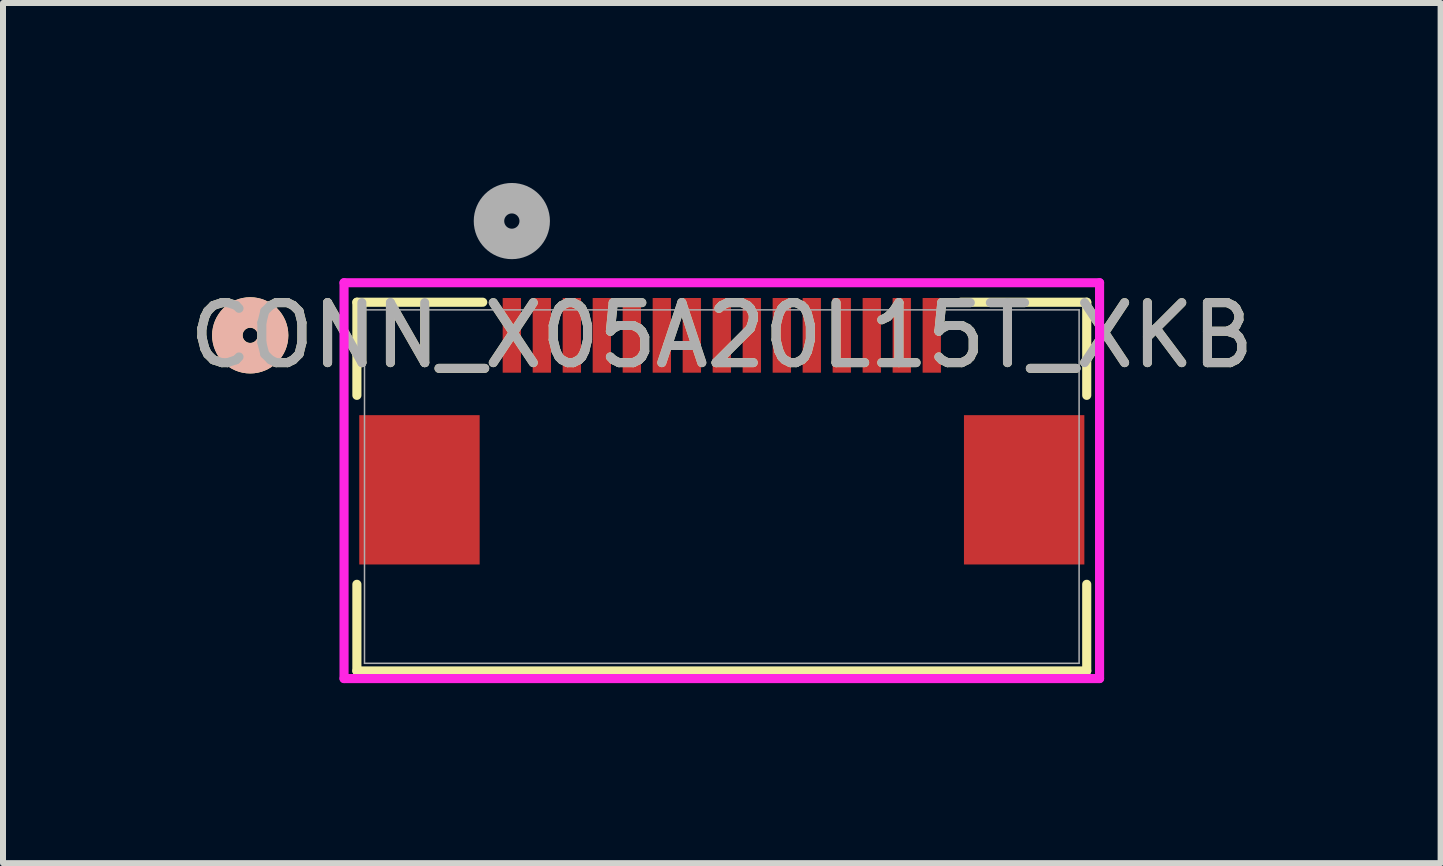
<source format=kicad_pcb>
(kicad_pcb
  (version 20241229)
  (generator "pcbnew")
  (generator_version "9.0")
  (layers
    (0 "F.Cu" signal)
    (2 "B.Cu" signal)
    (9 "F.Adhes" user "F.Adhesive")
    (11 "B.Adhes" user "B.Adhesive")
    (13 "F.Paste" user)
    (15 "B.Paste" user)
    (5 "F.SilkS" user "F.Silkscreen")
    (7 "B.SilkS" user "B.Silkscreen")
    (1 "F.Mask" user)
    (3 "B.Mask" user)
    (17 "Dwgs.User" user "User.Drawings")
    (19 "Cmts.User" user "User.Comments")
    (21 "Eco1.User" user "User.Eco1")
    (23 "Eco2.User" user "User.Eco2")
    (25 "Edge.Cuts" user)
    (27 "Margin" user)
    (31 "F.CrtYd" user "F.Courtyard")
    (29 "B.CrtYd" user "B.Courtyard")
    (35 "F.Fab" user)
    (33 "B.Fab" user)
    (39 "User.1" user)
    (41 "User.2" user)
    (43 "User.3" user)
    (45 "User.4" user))
  (footprint "CONN_X05A20L15T_XKB"
    (layer "F.Cu")
    (at 8.982 5.061)
    (property "Reference" "CONN_X05A20L15T_XKB" (at 0 -2.521 0) (unlocked yes) (layer "F.SilkS") (effects (font (size 1 1) (thickness 0.15))))
    (attr smd)
    (fp_line (start -6.083 -3.073) (end -6.083 -1.521) (stroke (width 0.152) (type solid)) (layer "F.SilkS"))
    (fp_line (start -6.083 1.629) (end -6.083 3.073) (stroke (width 0.152) (type solid)) (layer "F.SilkS"))
    (fp_line (start -6.083 3.073) (end 6.083 3.073) (stroke (width 0.152) (type solid)) (layer "F.SilkS"))
    (fp_line (start -3.985 -3.073) (end -6.083 -3.073) (stroke (width 0.152) (type solid)) (layer "F.SilkS"))
    (fp_line (start 6.083 -3.073) (end 3.985 -3.073) (stroke (width 0.152) (type solid)) (layer "F.SilkS"))
    (fp_line (start 6.083 -1.521) (end 6.083 -3.073) (stroke (width 0.152) (type solid)) (layer "F.SilkS"))
    (fp_line (start 6.083 3.073) (end 6.083 1.629) (stroke (width 0.152) (type solid)) (layer "F.SilkS"))
    (fp_circle (center -7.861 -2.521) (end -7.48 -2.521) (stroke (width 0.508) (type solid)) (fill no) (layer "F.SilkS"))
    (fp_circle (center -7.861 -2.521) (end -7.48 -2.521) (stroke (width 0.508) (type solid)) (fill no) (layer "B.SilkS"))
    (fp_line (start -6.297 -3.398) (end -6.297 3.2) (stroke (width 0.152) (type solid)) (layer "F.CrtYd"))
    (fp_line (start -6.297 3.2) (end 6.297 3.2) (stroke (width 0.152) (type solid)) (layer "F.CrtYd"))
    (fp_line (start 6.297 -3.398) (end -6.297 -3.398) (stroke (width 0.152) (type solid)) (layer "F.CrtYd"))
    (fp_line (start 6.297 3.2) (end 6.297 -3.398) (stroke (width 0.152) (type solid)) (layer "F.CrtYd"))
    (fp_line (start -5.956 -2.946) (end -5.956 2.946) (stroke (width 0.025) (type solid)) (layer "F.Fab"))
    (fp_line (start -5.956 2.946) (end 5.956 2.946) (stroke (width 0.025) (type solid)) (layer "F.Fab"))
    (fp_line (start 5.956 -2.946) (end -5.956 -2.946) (stroke (width 0.025) (type solid)) (layer "F.Fab"))
    (fp_line (start 5.956 2.946) (end 5.956 -2.946) (stroke (width 0.025) (type solid)) (layer "F.Fab"))
    (fp_circle (center -3.5 -4.426) (end -3.119 -4.426) (stroke (width 0.508) (type solid)) (fill no) (layer "F.Fab"))
    (fp_text user "${REFERENCE}" (at 0 -2.521 0) (unlocked yes) (layer "F.Fab") (effects (font (size 1 1) (thickness 0.15))))
    (pad "1" smd rect (at -3.5 -2.521) (size 0.305 1.245) (layers "F.Cu" "F.Mask" "F.Paste"))
    (pad "2" smd rect (at -3 -2.521) (size 0.305 1.245) (layers "F.Cu" "F.Mask" "F.Paste"))
    (pad "3" smd rect (at -2.5 -2.521) (size 0.305 1.245) (layers "F.Cu" "F.Mask" "F.Paste"))
    (pad "4" smd rect (at -2 -2.521) (size 0.305 1.245) (layers "F.Cu" "F.Mask" "F.Paste"))
    (pad "5" smd rect (at -1.5 -2.521) (size 0.305 1.245) (layers "F.Cu" "F.Mask" "F.Paste"))
    (pad "6" smd rect (at -1 -2.521) (size 0.305 1.245) (layers "F.Cu" "F.Mask" "F.Paste"))
    (pad "7" smd rect (at -0.5 -2.521) (size 0.305 1.245) (layers "F.Cu" "F.Mask" "F.Paste"))
    (pad "8" smd rect (at 0 -2.521) (size 0.305 1.245) (layers "F.Cu" "F.Mask" "F.Paste"))
    (pad "9" smd rect (at 0.5 -2.521) (size 0.305 1.245) (layers "F.Cu" "F.Mask" "F.Paste"))
    (pad "10" smd rect (at 1 -2.521) (size 0.305 1.245) (layers "F.Cu" "F.Mask" "F.Paste"))
    (pad "11" smd rect (at 1.5 -2.521) (size 0.305 1.245) (layers "F.Cu" "F.Mask" "F.Paste"))
    (pad "12" smd rect (at 2 -2.521) (size 0.305 1.245) (layers "F.Cu" "F.Mask" "F.Paste"))
    (pad "13" smd rect (at 2.5 -2.521) (size 0.305 1.245) (layers "F.Cu" "F.Mask" "F.Paste"))
    (pad "14" smd rect (at 3 -2.521) (size 0.305 1.245) (layers "F.Cu" "F.Mask" "F.Paste"))
    (pad "15" smd rect (at 3.5 -2.521) (size 0.305 1.245) (layers "F.Cu" "F.Mask" "F.Paste"))
    (pad "16" smd rect (at -5.04 0.054) (size 2.007 2.489) (layers "F.Cu" "F.Mask" "F.Paste"))
    (pad "17" smd rect (at 5.04 0.054) (size 2.007 2.489) (layers "F.Cu" "F.Mask" "F.Paste")))
  (gr_rect
    (start -3 -3)
    (end 20.964 11.338)
    (stroke (width 0.1) (type default))
    (fill no)
    (layer "Edge.Cuts")))
</source>
